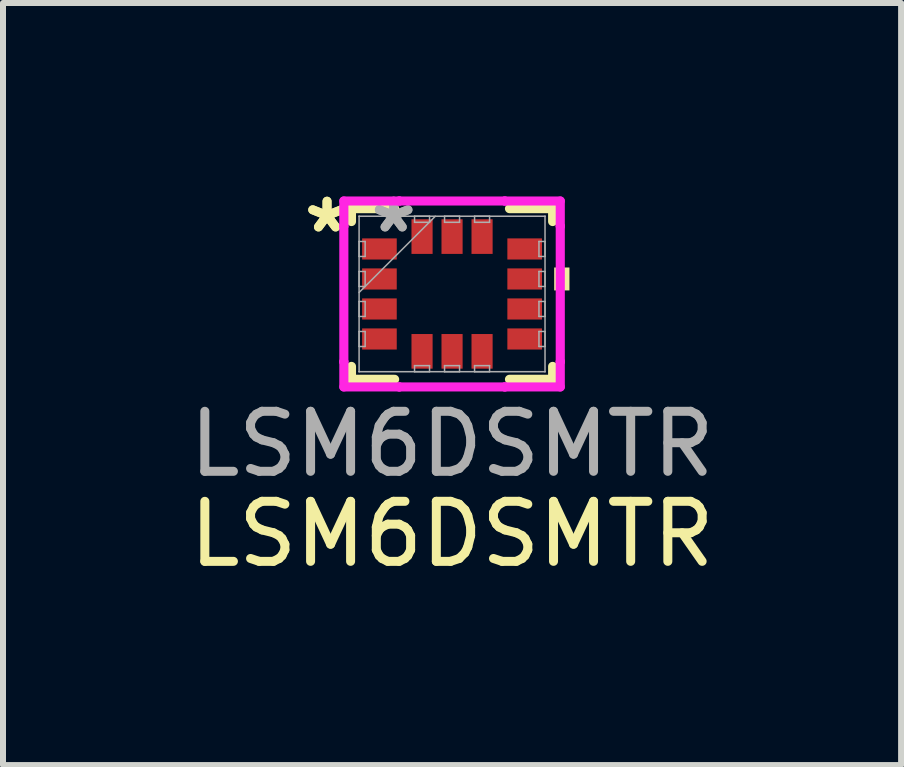
<source format=kicad_pcb>
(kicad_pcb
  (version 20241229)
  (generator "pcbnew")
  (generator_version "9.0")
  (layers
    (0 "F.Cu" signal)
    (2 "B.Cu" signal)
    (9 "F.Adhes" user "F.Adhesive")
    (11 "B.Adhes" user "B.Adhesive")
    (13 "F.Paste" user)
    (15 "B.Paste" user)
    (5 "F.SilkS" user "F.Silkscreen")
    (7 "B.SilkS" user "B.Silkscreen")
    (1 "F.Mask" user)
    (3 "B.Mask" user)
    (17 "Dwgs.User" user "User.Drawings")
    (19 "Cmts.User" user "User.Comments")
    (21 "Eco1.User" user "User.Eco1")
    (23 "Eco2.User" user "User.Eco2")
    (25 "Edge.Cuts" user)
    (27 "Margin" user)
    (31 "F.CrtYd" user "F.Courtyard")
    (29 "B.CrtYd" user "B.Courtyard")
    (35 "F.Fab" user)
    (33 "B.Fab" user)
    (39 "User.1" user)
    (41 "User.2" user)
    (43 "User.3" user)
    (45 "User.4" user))
  (footprint "LSM6DSMTR"
    (layer "F.Cu")
    (at 4.482 1.848)
    (property "Reference" "LSM6DSMTR" (at 0 4 0) (unlocked yes) (layer "F.SilkS") (effects (font (size 1 1) (thickness 0.15))))
    (attr smd)
    (fp_line (start -1.676 -1.422) (end -1.676 -1.207) (stroke (width 0.152) (type solid)) (layer "F.SilkS"))
    (fp_line (start -1.676 1.207) (end -1.676 1.422) (stroke (width 0.152) (type solid)) (layer "F.SilkS"))
    (fp_line (start -1.676 1.422) (end -0.957 1.422) (stroke (width 0.152) (type solid)) (layer "F.SilkS"))
    (fp_line (start -0.957 -1.422) (end -1.676 -1.422) (stroke (width 0.152) (type solid)) (layer "F.SilkS"))
    (fp_line (start 0.957 1.422) (end 1.676 1.422) (stroke (width 0.152) (type solid)) (layer "F.SilkS"))
    (fp_line (start 1.676 -1.422) (end 0.957 -1.422) (stroke (width 0.152) (type solid)) (layer "F.SilkS"))
    (fp_line (start 1.676 -1.207) (end 1.676 -1.422) (stroke (width 0.152) (type solid)) (layer "F.SilkS"))
    (fp_line (start 1.676 1.422) (end 1.676 1.207) (stroke (width 0.152) (type solid)) (layer "F.SilkS"))
    (fp_poly (pts (xy 1.956 -0.441) (xy 1.956 -0.059) (xy 1.702 -0.059) (xy 1.702 -0.441)) (stroke (width 0) (type solid)) (fill yes) (layer "F.SilkS"))
    (fp_line (start -1.803 -1.549) (end -0.879 -1.549) (stroke (width 0.152) (type solid)) (layer "F.CrtYd"))
    (fp_line (start -1.803 -1.129) (end -1.803 -1.549) (stroke (width 0.152) (type solid)) (layer "F.CrtYd"))
    (fp_line (start -1.803 -1.129) (end -1.803 -1.129) (stroke (width 0.152) (type solid)) (layer "F.CrtYd"))
    (fp_line (start -1.803 1.129) (end -1.803 -1.129) (stroke (width 0.152) (type solid)) (layer "F.CrtYd"))
    (fp_line (start -1.803 1.129) (end -1.803 1.129) (stroke (width 0.152) (type solid)) (layer "F.CrtYd"))
    (fp_line (start -1.803 1.549) (end -1.803 1.129) (stroke (width 0.152) (type solid)) (layer "F.CrtYd"))
    (fp_line (start -0.879 -1.549) (end -0.879 -1.549) (stroke (width 0.152) (type solid)) (layer "F.CrtYd"))
    (fp_line (start -0.879 -1.549) (end 0.879 -1.549) (stroke (width 0.152) (type solid)) (layer "F.CrtYd"))
    (fp_line (start -0.879 1.549) (end -1.803 1.549) (stroke (width 0.152) (type solid)) (layer "F.CrtYd"))
    (fp_line (start -0.879 1.549) (end -0.879 1.549) (stroke (width 0.152) (type solid)) (layer "F.CrtYd"))
    (fp_line (start 0.879 -1.549) (end 0.879 -1.549) (stroke (width 0.152) (type solid)) (layer "F.CrtYd"))
    (fp_line (start 0.879 -1.549) (end 1.803 -1.549) (stroke (width 0.152) (type solid)) (layer "F.CrtYd"))
    (fp_line (start 0.879 1.549) (end -0.879 1.549) (stroke (width 0.152) (type solid)) (layer "F.CrtYd"))
    (fp_line (start 0.879 1.549) (end 0.879 1.549) (stroke (width 0.152) (type solid)) (layer "F.CrtYd"))
    (fp_line (start 1.803 -1.549) (end 1.803 -1.129) (stroke (width 0.152) (type solid)) (layer "F.CrtYd"))
    (fp_line (start 1.803 -1.129) (end 1.803 -1.129) (stroke (width 0.152) (type solid)) (layer "F.CrtYd"))
    (fp_line (start 1.803 -1.129) (end 1.803 1.129) (stroke (width 0.152) (type solid)) (layer "F.CrtYd"))
    (fp_line (start 1.803 1.129) (end 1.803 1.129) (stroke (width 0.152) (type solid)) (layer "F.CrtYd"))
    (fp_line (start 1.803 1.129) (end 1.803 1.549) (stroke (width 0.152) (type solid)) (layer "F.CrtYd"))
    (fp_line (start 1.803 1.549) (end 0.879 1.549) (stroke (width 0.152) (type solid)) (layer "F.CrtYd"))
    (fp_line (start -1.549 -1.295) (end -1.549 -1.295) (stroke (width 0.025) (type solid)) (layer "F.Fab"))
    (fp_line (start -1.549 -1.295) (end -1.549 1.295) (stroke (width 0.025) (type solid)) (layer "F.Fab"))
    (fp_line (start -1.549 -0.875) (end -1.448 -0.875) (stroke (width 0.025) (type solid)) (layer "F.Fab"))
    (fp_line (start -1.549 -0.625) (end -1.549 -0.875) (stroke (width 0.025) (type solid)) (layer "F.Fab"))
    (fp_line (start -1.549 -0.375) (end -1.448 -0.375) (stroke (width 0.025) (type solid)) (layer "F.Fab"))
    (fp_line (start -1.549 -0.125) (end -1.549 -0.375) (stroke (width 0.025) (type solid)) (layer "F.Fab"))
    (fp_line (start -1.549 -0.025) (end -0.279 -1.295) (stroke (width 0.025) (type solid)) (layer "F.Fab"))
    (fp_line (start -1.549 0.125) (end -1.448 0.125) (stroke (width 0.025) (type solid)) (layer "F.Fab"))
    (fp_line (start -1.549 0.375) (end -1.549 0.125) (stroke (width 0.025) (type solid)) (layer "F.Fab"))
    (fp_line (start -1.549 0.625) (end -1.448 0.625) (stroke (width 0.025) (type solid)) (layer "F.Fab"))
    (fp_line (start -1.549 0.875) (end -1.549 0.625) (stroke (width 0.025) (type solid)) (layer "F.Fab"))
    (fp_line (start -1.549 1.295) (end -1.549 1.295) (stroke (width 0.025) (type solid)) (layer "F.Fab"))
    (fp_line (start -1.549 1.295) (end 1.549 1.295) (stroke (width 0.025) (type solid)) (layer "F.Fab"))
    (fp_line (start -1.448 -0.875) (end -1.448 -0.625) (stroke (width 0.025) (type solid)) (layer "F.Fab"))
    (fp_line (start -1.448 -0.625) (end -1.549 -0.625) (stroke (width 0.025) (type solid)) (layer "F.Fab"))
    (fp_line (start -1.448 -0.375) (end -1.448 -0.125) (stroke (width 0.025) (type solid)) (layer "F.Fab"))
    (fp_line (start -1.448 -0.125) (end -1.549 -0.125) (stroke (width 0.025) (type solid)) (layer "F.Fab"))
    (fp_line (start -1.448 0.125) (end -1.448 0.375) (stroke (width 0.025) (type solid)) (layer "F.Fab"))
    (fp_line (start -1.448 0.375) (end -1.549 0.375) (stroke (width 0.025) (type solid)) (layer "F.Fab"))
    (fp_line (start -1.448 0.625) (end -1.448 0.875) (stroke (width 0.025) (type solid)) (layer "F.Fab"))
    (fp_line (start -1.448 0.875) (end -1.549 0.875) (stroke (width 0.025) (type solid)) (layer "F.Fab"))
    (fp_line (start -0.625 -1.295) (end -0.375 -1.295) (stroke (width 0.025) (type solid)) (layer "F.Fab"))
    (fp_line (start -0.625 -1.194) (end -0.625 -1.295) (stroke (width 0.025) (type solid)) (layer "F.Fab"))
    (fp_line (start -0.625 1.194) (end -0.375 1.194) (stroke (width 0.025) (type solid)) (layer "F.Fab"))
    (fp_line (start -0.625 1.295) (end -0.625 1.194) (stroke (width 0.025) (type solid)) (layer "F.Fab"))
    (fp_line (start -0.375 -1.295) (end -0.375 -1.194) (stroke (width 0.025) (type solid)) (layer "F.Fab"))
    (fp_line (start -0.375 -1.194) (end -0.625 -1.194) (stroke (width 0.025) (type solid)) (layer "F.Fab"))
    (fp_line (start -0.375 1.194) (end -0.375 1.295) (stroke (width 0.025) (type solid)) (layer "F.Fab"))
    (fp_line (start -0.375 1.295) (end -0.625 1.295) (stroke (width 0.025) (type solid)) (layer "F.Fab"))
    (fp_line (start -0.125 -1.295) (end 0.125 -1.295) (stroke (width 0.025) (type solid)) (layer "F.Fab"))
    (fp_line (start -0.125 -1.194) (end -0.125 -1.295) (stroke (width 0.025) (type solid)) (layer "F.Fab"))
    (fp_line (start -0.125 1.194) (end 0.125 1.194) (stroke (width 0.025) (type solid)) (layer "F.Fab"))
    (fp_line (start -0.125 1.295) (end -0.125 1.194) (stroke (width 0.025) (type solid)) (layer "F.Fab"))
    (fp_line (start 0.125 -1.295) (end 0.125 -1.194) (stroke (width 0.025) (type solid)) (layer "F.Fab"))
    (fp_line (start 0.125 -1.194) (end -0.125 -1.194) (stroke (width 0.025) (type solid)) (layer "F.Fab"))
    (fp_line (start 0.125 1.194) (end 0.125 1.295) (stroke (width 0.025) (type solid)) (layer "F.Fab"))
    (fp_line (start 0.125 1.295) (end -0.125 1.295) (stroke (width 0.025) (type solid)) (layer "F.Fab"))
    (fp_line (start 0.375 -1.295) (end 0.625 -1.295) (stroke (width 0.025) (type solid)) (layer "F.Fab"))
    (fp_line (start 0.375 -1.194) (end 0.375 -1.295) (stroke (width 0.025) (type solid)) (layer "F.Fab"))
    (fp_line (start 0.375 1.194) (end 0.625 1.194) (stroke (width 0.025) (type solid)) (layer "F.Fab"))
    (fp_line (start 0.375 1.295) (end 0.375 1.194) (stroke (width 0.025) (type solid)) (layer "F.Fab"))
    (fp_line (start 0.625 -1.295) (end 0.625 -1.194) (stroke (width 0.025) (type solid)) (layer "F.Fab"))
    (fp_line (start 0.625 -1.194) (end 0.375 -1.194) (stroke (width 0.025) (type solid)) (layer "F.Fab"))
    (fp_line (start 0.625 1.194) (end 0.625 1.295) (stroke (width 0.025) (type solid)) (layer "F.Fab"))
    (fp_line (start 0.625 1.295) (end 0.375 1.295) (stroke (width 0.025) (type solid)) (layer "F.Fab"))
    (fp_line (start 1.448 -0.875) (end 1.549 -0.875) (stroke (width 0.025) (type solid)) (layer "F.Fab"))
    (fp_line (start 1.448 -0.625) (end 1.448 -0.875) (stroke (width 0.025) (type solid)) (layer "F.Fab"))
    (fp_line (start 1.448 -0.375) (end 1.549 -0.375) (stroke (width 0.025) (type solid)) (layer "F.Fab"))
    (fp_line (start 1.448 -0.125) (end 1.448 -0.375) (stroke (width 0.025) (type solid)) (layer "F.Fab"))
    (fp_line (start 1.448 0.125) (end 1.549 0.125) (stroke (width 0.025) (type solid)) (layer "F.Fab"))
    (fp_line (start 1.448 0.375) (end 1.448 0.125) (stroke (width 0.025) (type solid)) (layer "F.Fab"))
    (fp_line (start 1.448 0.625) (end 1.549 0.625) (stroke (width 0.025) (type solid)) (layer "F.Fab"))
    (fp_line (start 1.448 0.875) (end 1.448 0.625) (stroke (width 0.025) (type solid)) (layer "F.Fab"))
    (fp_line (start 1.549 -1.295) (end -1.549 -1.295) (stroke (width 0.025) (type solid)) (layer "F.Fab"))
    (fp_line (start 1.549 -1.295) (end 1.549 -1.295) (stroke (width 0.025) (type solid)) (layer "F.Fab"))
    (fp_line (start 1.549 -0.875) (end 1.549 -0.625) (stroke (width 0.025) (type solid)) (layer "F.Fab"))
    (fp_line (start 1.549 -0.625) (end 1.448 -0.625) (stroke (width 0.025) (type solid)) (layer "F.Fab"))
    (fp_line (start 1.549 -0.375) (end 1.549 -0.125) (stroke (width 0.025) (type solid)) (layer "F.Fab"))
    (fp_line (start 1.549 -0.125) (end 1.448 -0.125) (stroke (width 0.025) (type solid)) (layer "F.Fab"))
    (fp_line (start 1.549 0.125) (end 1.549 0.375) (stroke (width 0.025) (type solid)) (layer "F.Fab"))
    (fp_line (start 1.549 0.375) (end 1.448 0.375) (stroke (width 0.025) (type solid)) (layer "F.Fab"))
    (fp_line (start 1.549 0.625) (end 1.549 0.875) (stroke (width 0.025) (type solid)) (layer "F.Fab"))
    (fp_line (start 1.549 0.875) (end 1.448 0.875) (stroke (width 0.025) (type solid)) (layer "F.Fab"))
    (fp_line (start 1.549 1.295) (end 1.549 -1.295) (stroke (width 0.025) (type solid)) (layer "F.Fab"))
    (fp_line (start 1.549 1.295) (end 1.549 1.295) (stroke (width 0.025) (type solid)) (layer "F.Fab"))
    (fp_text user "*" (at -2.083 -1 0) (layer "F.SilkS") (effects (font (size 1 1) (thickness 0.15))))
    (fp_text user "*" (at -2.083 -1 0) (unlocked yes) (layer "F.SilkS") (effects (font (size 1 1) (thickness 0.15))))
    (fp_text user "${REFERENCE}" (at 0 2.5 0) (unlocked yes) (layer "F.Fab") (effects (font (size 1 1) (thickness 0.15))))
    (fp_text user "*" (at -0.973 -1 0) (unlocked yes) (layer "F.Fab") (effects (font (size 1 1) (thickness 0.15))))
    (fp_text user "*" (at -0.973 -1 0) (layer "F.Fab") (effects (font (size 1 1) (thickness 0.15))))
    (pad "1" smd rect (at -1.21 -0.75 90) (size 0.352 0.577) (layers "F.Cu" "F.Mask" "F.Paste"))
    (pad "2" smd rect (at -1.21 -0.25 90) (size 0.352 0.577) (layers "F.Cu" "F.Mask" "F.Paste"))
    (pad "3" smd rect (at -1.21 0.25 90) (size 0.352 0.577) (layers "F.Cu" "F.Mask" "F.Paste"))
    (pad "4" smd rect (at -1.21 0.75 90) (size 0.352 0.577) (layers "F.Cu" "F.Mask" "F.Paste"))
    (pad "5" smd rect (at -0.5 0.956) (size 0.352 0.577) (layers "F.Cu" "F.Mask" "F.Paste"))
    (pad "6" smd rect (at 0 0.956) (size 0.352 0.577) (layers "F.Cu" "F.Mask" "F.Paste"))
    (pad "7" smd rect (at 0.5 0.956) (size 0.352 0.577) (layers "F.Cu" "F.Mask" "F.Paste"))
    (pad "8" smd rect (at 1.21 0.75 90) (size 0.352 0.577) (layers "F.Cu" "F.Mask" "F.Paste"))
    (pad "9" smd rect (at 1.21 0.25 90) (size 0.352 0.577) (layers "F.Cu" "F.Mask" "F.Paste"))
    (pad "10" smd rect (at 1.21 -0.25 90) (size 0.352 0.577) (layers "F.Cu" "F.Mask" "F.Paste"))
    (pad "11" smd rect (at 1.21 -0.75 90) (size 0.352 0.577) (layers "F.Cu" "F.Mask" "F.Paste"))
    (pad "12" smd rect (at 0.5 -0.956) (size 0.352 0.577) (layers "F.Cu" "F.Mask" "F.Paste"))
    (pad "13" smd rect (at 0 -0.956) (size 0.352 0.577) (layers "F.Cu" "F.Mask" "F.Paste"))
    (pad "14" smd rect (at -0.5 -0.956) (size 0.352 0.577) (layers "F.Cu" "F.Mask" "F.Paste")))
  (gr_rect
    (start -3 -3)
    (end 11.964 9.697)
    (stroke (width 0.1) (type default))
    (fill no)
    (layer "Edge.Cuts")))
</source>
